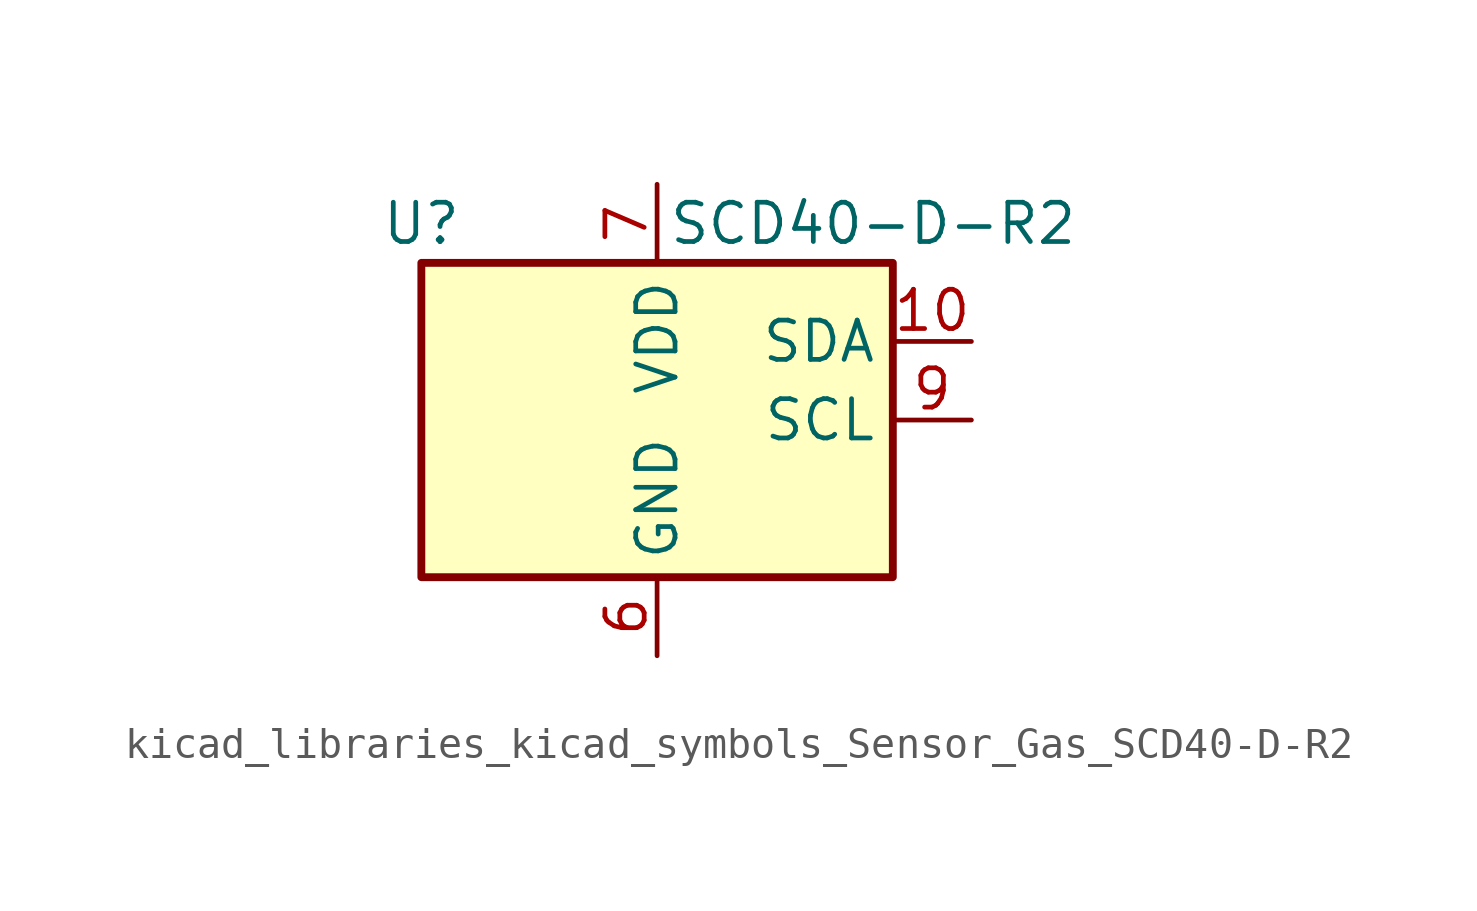
<source format=kicad_sym>
(kicad_symbol_lib
  (version 20220914)
  (generator kicad_symbol_editor)
  (symbol "kicad_libraries_kicad_symbols_Sensor_Gas_SCD40-D-R2"
    (property "Reference" "U"
      (at -7.62 6.35 0)
      (effects (font (size 1.27 1.27))))
    (property "Value" "SCD40-D-R2"
      (at 6.985 6.35 0)
      (effects (font (size 1.27 1.27))))
    (symbol "kicad_libraries_kicad_symbols_Sensor_Gas_SCD40-D-R2_0_1"
      (rectangle (start 7.62 5.08) (end -7.62 -5.08) (stroke (width 0.254) (type default)) (fill (type background))))
    (symbol "kicad_libraries_kicad_symbols_Sensor_Gas_SCD40-D-R2_1_1"
      (pin bidirectional line (at 10.16 2.54 180) (length 2.54) (name "SDA" (effects (font (size 1.27 1.27)))) (number "10" (effects (font (size 1.27 1.27)))))
      (pin passive line (at 0 7.62 270) (length 2.54) hide (name "VDD" (effects (font (size 1.27 1.27)))) (number "19" (effects (font (size 1.27 1.27)))))
      (pin passive line (at 0 -7.62 90) (length 2.54) hide (name "GND" (effects (font (size 1.27 1.27)))) (number "20" (effects (font (size 1.27 1.27)))))
      (pin passive line (at 0 -7.62 90) (length 2.54) hide (name "GND" (effects (font (size 1.27 1.27)))) (number "21" (effects (font (size 1.27 1.27)))))
      (pin power_in line (at 0 -7.62 90) (length 2.54) (name "GND" (effects (font (size 1.27 1.27)))) (number "6" (effects (font (size 1.27 1.27)))))
      (pin power_in line (at 0 7.62 270) (length 2.54) (name "VDD" (effects (font (size 1.27 1.27)))) (number "7" (effects (font (size 1.27 1.27)))))
      (pin input line (at 10.16 0 180) (length 2.54) (name "SCL" (effects (font (size 1.27 1.27)))) (number "9" (effects (font (size 1.27 1.27))))))))
</source>
